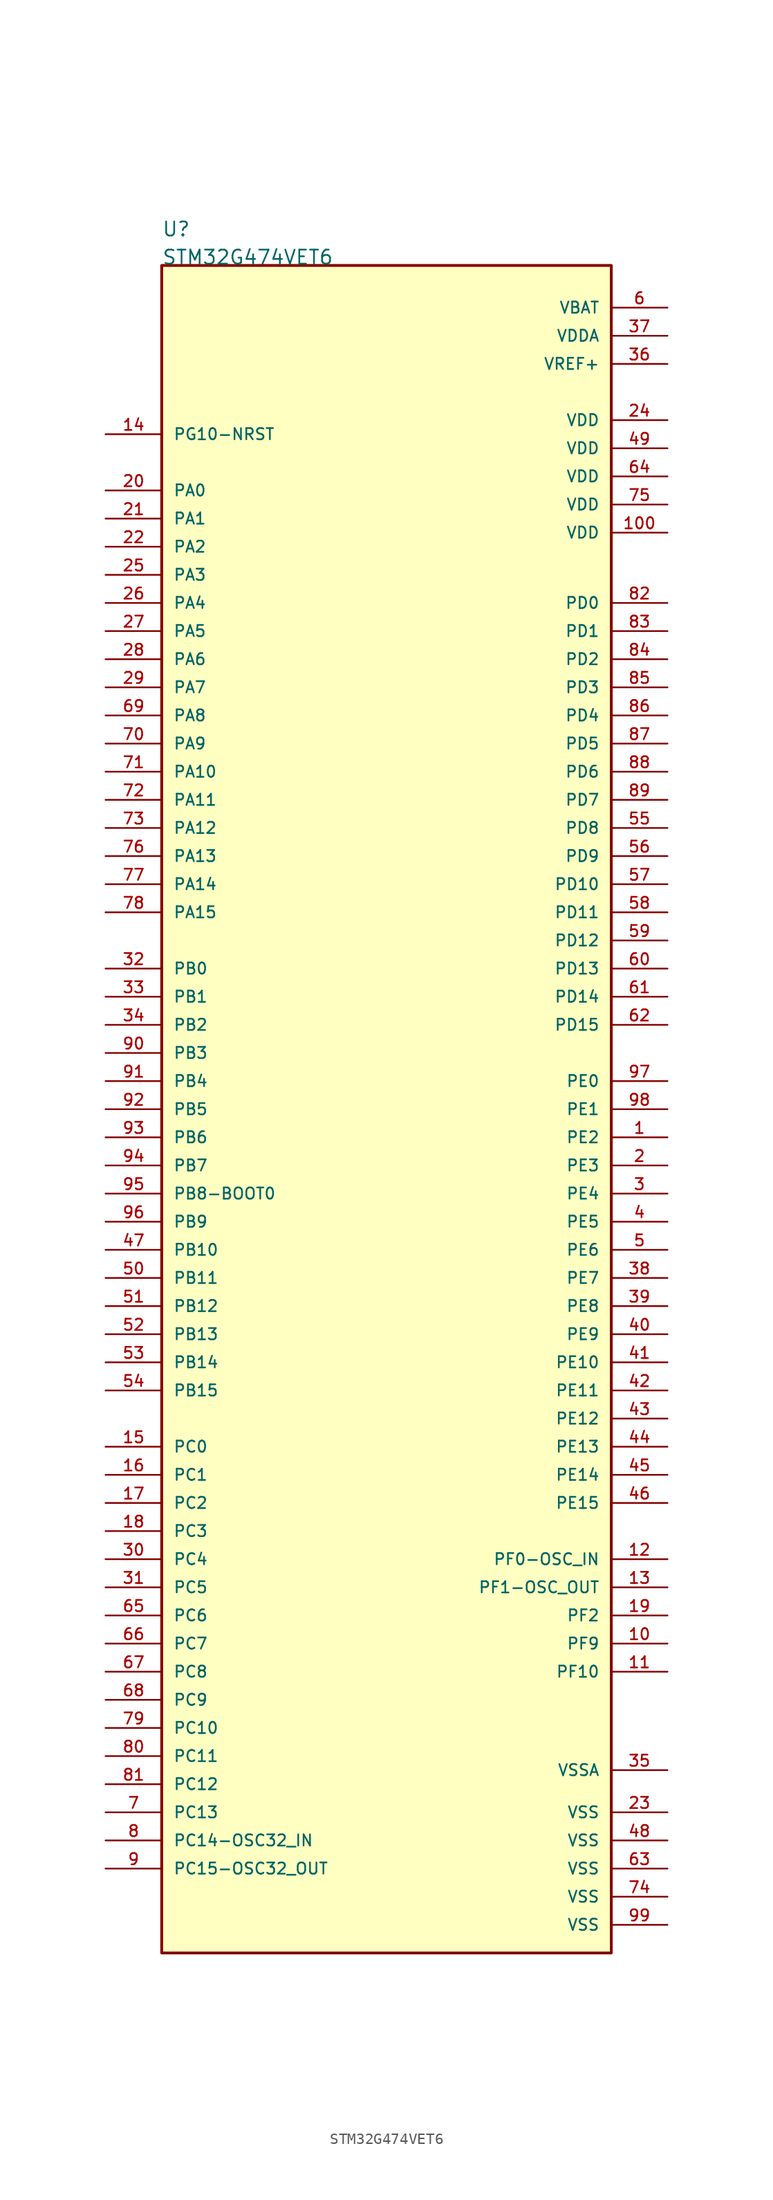
<source format=kicad_sym>
(kicad_symbol_lib
  (version 20241209)
  (generator "kicad_symbol_editor")
  (generator_version "9.0")
  (symbol "STM32G474VET6"
    (pin_names
      (offset 1.016))
    (property "Reference" "U"
      (at -20.32 78.74 0)
      (effects (font (size 1.27 1.27)) (justify left bottom)))
    (property "Value" "STM32G474VET6"
      (at -20.32 76.2 0)
      (effects (font (size 1.27 1.27)) (justify left bottom)))
    (property "ki_locked" ""
      (at 0 0 0)
      (effects (font (size 1.27 1.27))))
    (symbol "STM32G474VET6_0_0"
      (rectangle (start -20.32 -76.2) (end 20.32 76.2) (stroke (width 0.254) (type default)) (fill (type background)))
      (pin bidirectional line (at -25.4 60.96 0) (length 5.08) (name "PG10-NRST" (effects (font (size 1.016 1.016)))) (number "14" (effects (font (size 1.016 1.016)))))
      (pin bidirectional line (at -25.4 55.88 0) (length 5.08) (name "PA0" (effects (font (size 1.016 1.016)))) (number "20" (effects (font (size 1.016 1.016)))))
      (pin bidirectional line (at -25.4 53.34 0) (length 5.08) (name "PA1" (effects (font (size 1.016 1.016)))) (number "21" (effects (font (size 1.016 1.016)))))
      (pin bidirectional line (at -25.4 50.8 0) (length 5.08) (name "PA2" (effects (font (size 1.016 1.016)))) (number "22" (effects (font (size 1.016 1.016)))))
      (pin bidirectional line (at -25.4 48.26 0) (length 5.08) (name "PA3" (effects (font (size 1.016 1.016)))) (number "25" (effects (font (size 1.016 1.016)))))
      (pin bidirectional line (at -25.4 45.72 0) (length 5.08) (name "PA4" (effects (font (size 1.016 1.016)))) (number "26" (effects (font (size 1.016 1.016)))))
      (pin bidirectional line (at -25.4 43.18 0) (length 5.08) (name "PA5" (effects (font (size 1.016 1.016)))) (number "27" (effects (font (size 1.016 1.016)))))
      (pin bidirectional line (at -25.4 40.64 0) (length 5.08) (name "PA6" (effects (font (size 1.016 1.016)))) (number "28" (effects (font (size 1.016 1.016)))))
      (pin bidirectional line (at -25.4 38.1 0) (length 5.08) (name "PA7" (effects (font (size 1.016 1.016)))) (number "29" (effects (font (size 1.016 1.016)))))
      (pin bidirectional line (at -25.4 35.56 0) (length 5.08) (name "PA8" (effects (font (size 1.016 1.016)))) (number "69" (effects (font (size 1.016 1.016)))))
      (pin bidirectional line (at -25.4 33.02 0) (length 5.08) (name "PA9" (effects (font (size 1.016 1.016)))) (number "70" (effects (font (size 1.016 1.016)))))
      (pin bidirectional line (at -25.4 30.48 0) (length 5.08) (name "PA10" (effects (font (size 1.016 1.016)))) (number "71" (effects (font (size 1.016 1.016)))))
      (pin bidirectional line (at -25.4 27.94 0) (length 5.08) (name "PA11" (effects (font (size 1.016 1.016)))) (number "72" (effects (font (size 1.016 1.016)))))
      (pin bidirectional line (at -25.4 25.4 0) (length 5.08) (name "PA12" (effects (font (size 1.016 1.016)))) (number "73" (effects (font (size 1.016 1.016)))))
      (pin bidirectional line (at -25.4 22.86 0) (length 5.08) (name "PA13" (effects (font (size 1.016 1.016)))) (number "76" (effects (font (size 1.016 1.016)))))
      (pin bidirectional line (at -25.4 20.32 0) (length 5.08) (name "PA14" (effects (font (size 1.016 1.016)))) (number "77" (effects (font (size 1.016 1.016)))))
      (pin bidirectional line (at -25.4 17.78 0) (length 5.08) (name "PA15" (effects (font (size 1.016 1.016)))) (number "78" (effects (font (size 1.016 1.016)))))
      (pin bidirectional line (at -25.4 12.7 0) (length 5.08) (name "PB0" (effects (font (size 1.016 1.016)))) (number "32" (effects (font (size 1.016 1.016)))))
      (pin bidirectional line (at -25.4 10.16 0) (length 5.08) (name "PB1" (effects (font (size 1.016 1.016)))) (number "33" (effects (font (size 1.016 1.016)))))
      (pin bidirectional line (at -25.4 7.62 0) (length 5.08) (name "PB2" (effects (font (size 1.016 1.016)))) (number "34" (effects (font (size 1.016 1.016)))))
      (pin bidirectional line (at -25.4 5.08 0) (length 5.08) (name "PB3" (effects (font (size 1.016 1.016)))) (number "90" (effects (font (size 1.016 1.016)))))
      (pin bidirectional line (at -25.4 2.54 0) (length 5.08) (name "PB4" (effects (font (size 1.016 1.016)))) (number "91" (effects (font (size 1.016 1.016)))))
      (pin bidirectional line (at -25.4 0 0) (length 5.08) (name "PB5" (effects (font (size 1.016 1.016)))) (number "92" (effects (font (size 1.016 1.016)))))
      (pin bidirectional line (at -25.4 -2.54 0) (length 5.08) (name "PB6" (effects (font (size 1.016 1.016)))) (number "93" (effects (font (size 1.016 1.016)))))
      (pin bidirectional line (at -25.4 -5.08 0) (length 5.08) (name "PB7" (effects (font (size 1.016 1.016)))) (number "94" (effects (font (size 1.016 1.016)))))
      (pin bidirectional line (at -25.4 -7.62 0) (length 5.08) (name "PB8-BOOT0" (effects (font (size 1.016 1.016)))) (number "95" (effects (font (size 1.016 1.016)))))
      (pin bidirectional line (at -25.4 -10.16 0) (length 5.08) (name "PB9" (effects (font (size 1.016 1.016)))) (number "96" (effects (font (size 1.016 1.016)))))
      (pin bidirectional line (at -25.4 -12.7 0) (length 5.08) (name "PB10" (effects (font (size 1.016 1.016)))) (number "47" (effects (font (size 1.016 1.016)))))
      (pin bidirectional line (at -25.4 -15.24 0) (length 5.08) (name "PB11" (effects (font (size 1.016 1.016)))) (number "50" (effects (font (size 1.016 1.016)))))
      (pin bidirectional line (at -25.4 -17.78 0) (length 5.08) (name "PB12" (effects (font (size 1.016 1.016)))) (number "51" (effects (font (size 1.016 1.016)))))
      (pin bidirectional line (at -25.4 -20.32 0) (length 5.08) (name "PB13" (effects (font (size 1.016 1.016)))) (number "52" (effects (font (size 1.016 1.016)))))
      (pin bidirectional line (at -25.4 -22.86 0) (length 5.08) (name "PB14" (effects (font (size 1.016 1.016)))) (number "53" (effects (font (size 1.016 1.016)))))
      (pin bidirectional line (at -25.4 -25.4 0) (length 5.08) (name "PB15" (effects (font (size 1.016 1.016)))) (number "54" (effects (font (size 1.016 1.016)))))
      (pin bidirectional line (at -25.4 -30.48 0) (length 5.08) (name "PC0" (effects (font (size 1.016 1.016)))) (number "15" (effects (font (size 1.016 1.016)))))
      (pin bidirectional line (at -25.4 -33.02 0) (length 5.08) (name "PC1" (effects (font (size 1.016 1.016)))) (number "16" (effects (font (size 1.016 1.016)))))
      (pin bidirectional line (at -25.4 -35.56 0) (length 5.08) (name "PC2" (effects (font (size 1.016 1.016)))) (number "17" (effects (font (size 1.016 1.016)))))
      (pin bidirectional line (at -25.4 -38.1 0) (length 5.08) (name "PC3" (effects (font (size 1.016 1.016)))) (number "18" (effects (font (size 1.016 1.016)))))
      (pin bidirectional line (at -25.4 -40.64 0) (length 5.08) (name "PC4" (effects (font (size 1.016 1.016)))) (number "30" (effects (font (size 1.016 1.016)))))
      (pin bidirectional line (at -25.4 -43.18 0) (length 5.08) (name "PC5" (effects (font (size 1.016 1.016)))) (number "31" (effects (font (size 1.016 1.016)))))
      (pin bidirectional line (at -25.4 -45.72 0) (length 5.08) (name "PC6" (effects (font (size 1.016 1.016)))) (number "65" (effects (font (size 1.016 1.016)))))
      (pin bidirectional line (at -25.4 -48.26 0) (length 5.08) (name "PC7" (effects (font (size 1.016 1.016)))) (number "66" (effects (font (size 1.016 1.016)))))
      (pin bidirectional line (at -25.4 -50.8 0) (length 5.08) (name "PC8" (effects (font (size 1.016 1.016)))) (number "67" (effects (font (size 1.016 1.016)))))
      (pin bidirectional line (at -25.4 -53.34 0) (length 5.08) (name "PC9" (effects (font (size 1.016 1.016)))) (number "68" (effects (font (size 1.016 1.016)))))
      (pin bidirectional line (at -25.4 -55.88 0) (length 5.08) (name "PC10" (effects (font (size 1.016 1.016)))) (number "79" (effects (font (size 1.016 1.016)))))
      (pin bidirectional line (at -25.4 -58.42 0) (length 5.08) (name "PC11" (effects (font (size 1.016 1.016)))) (number "80" (effects (font (size 1.016 1.016)))))
      (pin bidirectional line (at -25.4 -60.96 0) (length 5.08) (name "PC12" (effects (font (size 1.016 1.016)))) (number "81" (effects (font (size 1.016 1.016)))))
      (pin bidirectional line (at -25.4 -63.5 0) (length 5.08) (name "PC13" (effects (font (size 1.016 1.016)))) (number "7" (effects (font (size 1.016 1.016)))))
      (pin bidirectional line (at -25.4 -66.04 0) (length 5.08) (name "PC14-OSC32_IN" (effects (font (size 1.016 1.016)))) (number "8" (effects (font (size 1.016 1.016)))))
      (pin bidirectional line (at -25.4 -68.58 0) (length 5.08) (name "PC15-OSC32_OUT" (effects (font (size 1.016 1.016)))) (number "9" (effects (font (size 1.016 1.016)))))
      (pin power_in line (at 25.4 72.39 180) (length 5.08) (name "VBAT" (effects (font (size 1.016 1.016)))) (number "6" (effects (font (size 1.016 1.016)))))
      (pin power_in line (at 25.4 69.85 180) (length 5.08) (name "VDDA" (effects (font (size 1.016 1.016)))) (number "37" (effects (font (size 1.016 1.016)))))
      (pin power_in line (at 25.4 67.31 180) (length 5.08) (name "VREF+" (effects (font (size 1.016 1.016)))) (number "36" (effects (font (size 1.016 1.016)))))
      (pin power_in line (at 25.4 62.23 180) (length 5.08) (name "VDD" (effects (font (size 1.016 1.016)))) (number "24" (effects (font (size 1.016 1.016)))))
      (pin power_in line (at 25.4 59.69 180) (length 5.08) (name "VDD" (effects (font (size 1.016 1.016)))) (number "49" (effects (font (size 1.016 1.016)))))
      (pin power_in line (at 25.4 57.15 180) (length 5.08) (name "VDD" (effects (font (size 1.016 1.016)))) (number "64" (effects (font (size 1.016 1.016)))))
      (pin power_in line (at 25.4 54.61 180) (length 5.08) (name "VDD" (effects (font (size 1.016 1.016)))) (number "75" (effects (font (size 1.016 1.016)))))
      (pin power_in line (at 25.4 52.07 180) (length 5.08) (name "VDD" (effects (font (size 1.016 1.016)))) (number "100" (effects (font (size 1.016 1.016)))))
      (pin bidirectional line (at 25.4 45.72 180) (length 5.08) (name "PD0" (effects (font (size 1.016 1.016)))) (number "82" (effects (font (size 1.016 1.016)))))
      (pin bidirectional line (at 25.4 43.18 180) (length 5.08) (name "PD1" (effects (font (size 1.016 1.016)))) (number "83" (effects (font (size 1.016 1.016)))))
      (pin bidirectional line (at 25.4 40.64 180) (length 5.08) (name "PD2" (effects (font (size 1.016 1.016)))) (number "84" (effects (font (size 1.016 1.016)))))
      (pin bidirectional line (at 25.4 38.1 180) (length 5.08) (name "PD3" (effects (font (size 1.016 1.016)))) (number "85" (effects (font (size 1.016 1.016)))))
      (pin bidirectional line (at 25.4 35.56 180) (length 5.08) (name "PD4" (effects (font (size 1.016 1.016)))) (number "86" (effects (font (size 1.016 1.016)))))
      (pin bidirectional line (at 25.4 33.02 180) (length 5.08) (name "PD5" (effects (font (size 1.016 1.016)))) (number "87" (effects (font (size 1.016 1.016)))))
      (pin bidirectional line (at 25.4 30.48 180) (length 5.08) (name "PD6" (effects (font (size 1.016 1.016)))) (number "88" (effects (font (size 1.016 1.016)))))
      (pin bidirectional line (at 25.4 27.94 180) (length 5.08) (name "PD7" (effects (font (size 1.016 1.016)))) (number "89" (effects (font (size 1.016 1.016)))))
      (pin bidirectional line (at 25.4 25.4 180) (length 5.08) (name "PD8" (effects (font (size 1.016 1.016)))) (number "55" (effects (font (size 1.016 1.016)))))
      (pin bidirectional line (at 25.4 22.86 180) (length 5.08) (name "PD9" (effects (font (size 1.016 1.016)))) (number "56" (effects (font (size 1.016 1.016)))))
      (pin bidirectional line (at 25.4 20.32 180) (length 5.08) (name "PD10" (effects (font (size 1.016 1.016)))) (number "57" (effects (font (size 1.016 1.016)))))
      (pin bidirectional line (at 25.4 17.78 180) (length 5.08) (name "PD11" (effects (font (size 1.016 1.016)))) (number "58" (effects (font (size 1.016 1.016)))))
      (pin bidirectional line (at 25.4 15.24 180) (length 5.08) (name "PD12" (effects (font (size 1.016 1.016)))) (number "59" (effects (font (size 1.016 1.016)))))
      (pin bidirectional line (at 25.4 12.7 180) (length 5.08) (name "PD13" (effects (font (size 1.016 1.016)))) (number "60" (effects (font (size 1.016 1.016)))))
      (pin bidirectional line (at 25.4 10.16 180) (length 5.08) (name "PD14" (effects (font (size 1.016 1.016)))) (number "61" (effects (font (size 1.016 1.016)))))
      (pin bidirectional line (at 25.4 7.62 180) (length 5.08) (name "PD15" (effects (font (size 1.016 1.016)))) (number "62" (effects (font (size 1.016 1.016)))))
      (pin bidirectional line (at 25.4 2.54 180) (length 5.08) (name "PE0" (effects (font (size 1.016 1.016)))) (number "97" (effects (font (size 1.016 1.016)))))
      (pin bidirectional line (at 25.4 0 180) (length 5.08) (name "PE1" (effects (font (size 1.016 1.016)))) (number "98" (effects (font (size 1.016 1.016)))))
      (pin bidirectional line (at 25.4 -2.54 180) (length 5.08) (name "PE2" (effects (font (size 1.016 1.016)))) (number "1" (effects (font (size 1.016 1.016)))))
      (pin bidirectional line (at 25.4 -5.08 180) (length 5.08) (name "PE3" (effects (font (size 1.016 1.016)))) (number "2" (effects (font (size 1.016 1.016)))))
      (pin bidirectional line (at 25.4 -7.62 180) (length 5.08) (name "PE4" (effects (font (size 1.016 1.016)))) (number "3" (effects (font (size 1.016 1.016)))))
      (pin bidirectional line (at 25.4 -10.16 180) (length 5.08) (name "PE5" (effects (font (size 1.016 1.016)))) (number "4" (effects (font (size 1.016 1.016)))))
      (pin bidirectional line (at 25.4 -12.7 180) (length 5.08) (name "PE6" (effects (font (size 1.016 1.016)))) (number "5" (effects (font (size 1.016 1.016)))))
      (pin bidirectional line (at 25.4 -15.24 180) (length 5.08) (name "PE7" (effects (font (size 1.016 1.016)))) (number "38" (effects (font (size 1.016 1.016)))))
      (pin bidirectional line (at 25.4 -17.78 180) (length 5.08) (name "PE8" (effects (font (size 1.016 1.016)))) (number "39" (effects (font (size 1.016 1.016)))))
      (pin bidirectional line (at 25.4 -20.32 180) (length 5.08) (name "PE9" (effects (font (size 1.016 1.016)))) (number "40" (effects (font (size 1.016 1.016)))))
      (pin bidirectional line (at 25.4 -22.86 180) (length 5.08) (name "PE10" (effects (font (size 1.016 1.016)))) (number "41" (effects (font (size 1.016 1.016)))))
      (pin bidirectional line (at 25.4 -25.4 180) (length 5.08) (name "PE11" (effects (font (size 1.016 1.016)))) (number "42" (effects (font (size 1.016 1.016)))))
      (pin bidirectional line (at 25.4 -27.94 180) (length 5.08) (name "PE12" (effects (font (size 1.016 1.016)))) (number "43" (effects (font (size 1.016 1.016)))))
      (pin bidirectional line (at 25.4 -30.48 180) (length 5.08) (name "PE13" (effects (font (size 1.016 1.016)))) (number "44" (effects (font (size 1.016 1.016)))))
      (pin bidirectional line (at 25.4 -33.02 180) (length 5.08) (name "PE14" (effects (font (size 1.016 1.016)))) (number "45" (effects (font (size 1.016 1.016)))))
      (pin bidirectional line (at 25.4 -35.56 180) (length 5.08) (name "PE15" (effects (font (size 1.016 1.016)))) (number "46" (effects (font (size 1.016 1.016)))))
      (pin bidirectional line (at 25.4 -40.64 180) (length 5.08) (name "PF0-OSC_IN" (effects (font (size 1.016 1.016)))) (number "12" (effects (font (size 1.016 1.016)))))
      (pin bidirectional line (at 25.4 -43.18 180) (length 5.08) (name "PF1-OSC_OUT" (effects (font (size 1.016 1.016)))) (number "13" (effects (font (size 1.016 1.016)))))
      (pin bidirectional line (at 25.4 -45.72 180) (length 5.08) (name "PF2" (effects (font (size 1.016 1.016)))) (number "19" (effects (font (size 1.016 1.016)))))
      (pin bidirectional line (at 25.4 -48.26 180) (length 5.08) (name "PF9" (effects (font (size 1.016 1.016)))) (number "10" (effects (font (size 1.016 1.016)))))
      (pin bidirectional line (at 25.4 -50.8 180) (length 5.08) (name "PF10" (effects (font (size 1.016 1.016)))) (number "11" (effects (font (size 1.016 1.016)))))
      (pin power_in line (at 25.4 -59.69 180) (length 5.08) (name "VSSA" (effects (font (size 1.016 1.016)))) (number "35" (effects (font (size 1.016 1.016)))))
      (pin power_in line (at 25.4 -63.5 180) (length 5.08) (name "VSS" (effects (font (size 1.016 1.016)))) (number "23" (effects (font (size 1.016 1.016)))))
      (pin power_in line (at 25.4 -66.04 180) (length 5.08) (name "VSS" (effects (font (size 1.016 1.016)))) (number "48" (effects (font (size 1.016 1.016)))))
      (pin power_in line (at 25.4 -68.58 180) (length 5.08) (name "VSS" (effects (font (size 1.016 1.016)))) (number "63" (effects (font (size 1.016 1.016)))))
      (pin power_in line (at 25.4 -71.12 180) (length 5.08) (name "VSS" (effects (font (size 1.016 1.016)))) (number "74" (effects (font (size 1.016 1.016)))))
      (pin power_in line (at 25.4 -73.66 180) (length 5.08) (name "VSS" (effects (font (size 1.016 1.016)))) (number "99" (effects (font (size 1.016 1.016))))))))
</source>
